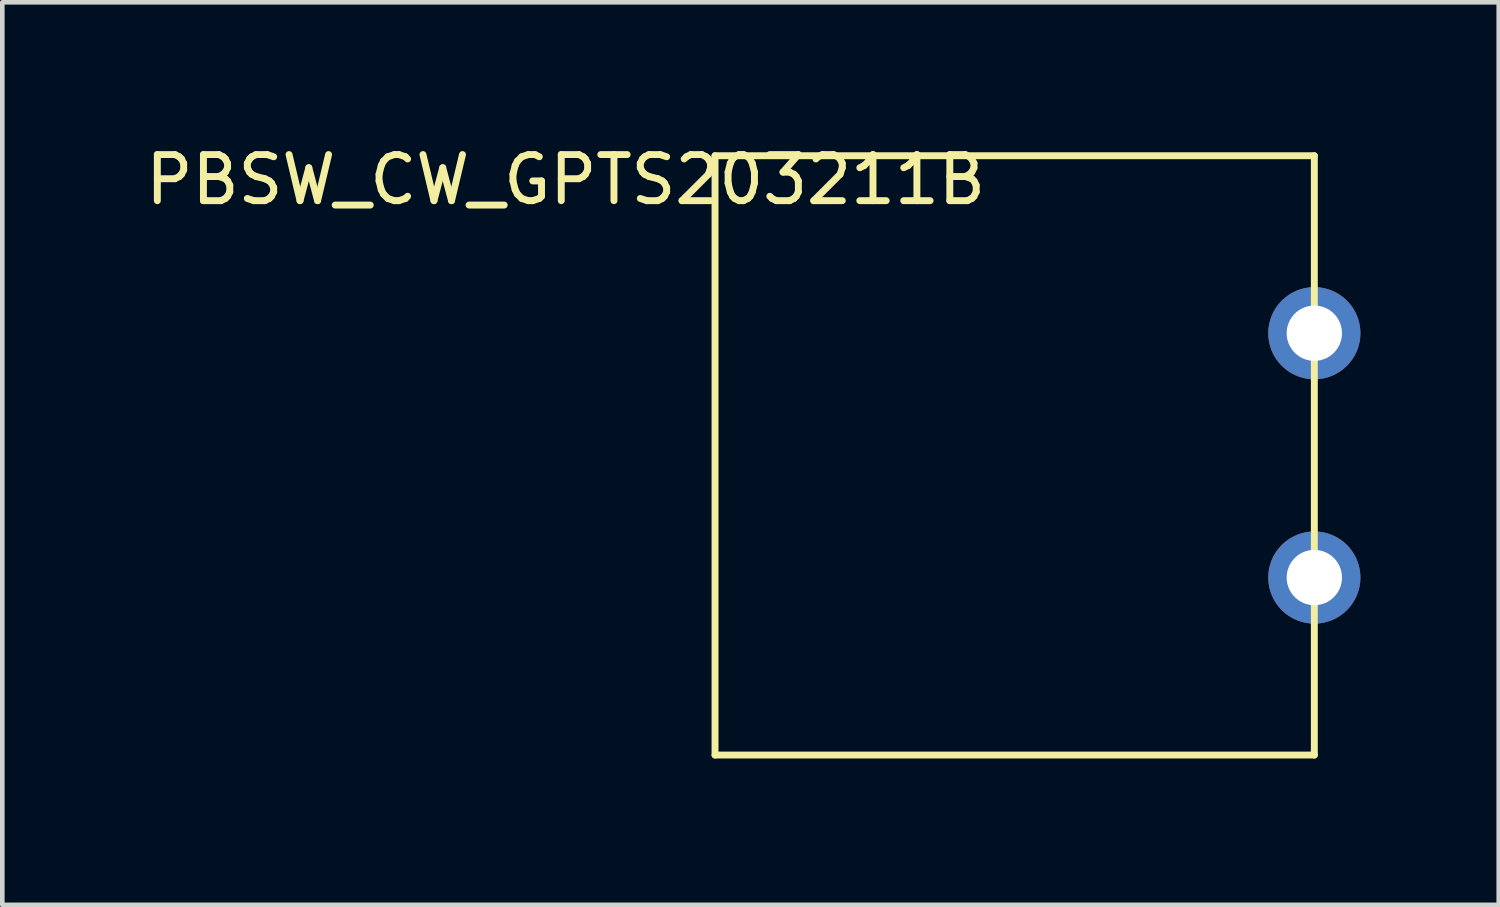
<source format=kicad_pcb>
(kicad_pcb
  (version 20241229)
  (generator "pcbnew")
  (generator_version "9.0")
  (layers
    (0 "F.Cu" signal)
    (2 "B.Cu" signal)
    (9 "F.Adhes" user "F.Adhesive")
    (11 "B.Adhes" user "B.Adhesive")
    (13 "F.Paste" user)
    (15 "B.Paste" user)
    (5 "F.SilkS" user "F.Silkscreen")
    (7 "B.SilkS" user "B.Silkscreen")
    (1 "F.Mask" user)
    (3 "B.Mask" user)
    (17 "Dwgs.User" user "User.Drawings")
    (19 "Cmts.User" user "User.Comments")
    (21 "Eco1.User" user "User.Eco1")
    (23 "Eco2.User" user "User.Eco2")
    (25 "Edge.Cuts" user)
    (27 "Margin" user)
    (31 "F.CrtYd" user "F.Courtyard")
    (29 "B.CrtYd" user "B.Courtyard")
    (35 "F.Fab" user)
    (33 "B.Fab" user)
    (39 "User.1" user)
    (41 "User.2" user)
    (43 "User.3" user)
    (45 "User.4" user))
  (footprint "PBSW_CW_GPTS203211B"
    (layer "F.Cu")
    (at 12.46 13.328)
    (property "Reference" "PBSW_CW_GPTS203211B" (at -3.24 -12.48 0) (layer "F.SilkS") (effects (font (size 1 1) (thickness 0.15))))
    (attr through_hole)
    (fp_line (start 0 -13) (end 13 -13) (stroke (width 0.15) (type solid)) (layer "F.SilkS"))
    (fp_line (start 0 0) (end 0 -13) (stroke (width 0.15) (type solid)) (layer "F.SilkS"))
    (fp_line (start 0 0) (end 13 0) (stroke (width 0.15) (type solid)) (layer "F.SilkS"))
    (fp_line (start 13 0) (end 13 -13) (stroke (width 0.15) (type solid)) (layer "F.SilkS"))
    (pad "1" thru_hole circle (at 13 -3.85) (size 2 2) (drill 1.2) (layers "*.Cu" "*.Mask"))
    (pad "2" thru_hole circle (at 13 -9.15) (size 2 2) (drill 1.2) (layers "*.Cu" "*.Mask")))
  (gr_rect
    (start -3 -3)
    (end 29.46 16.578)
    (stroke (width 0.1) (type default))
    (fill no)
    (layer "Edge.Cuts")))
</source>
